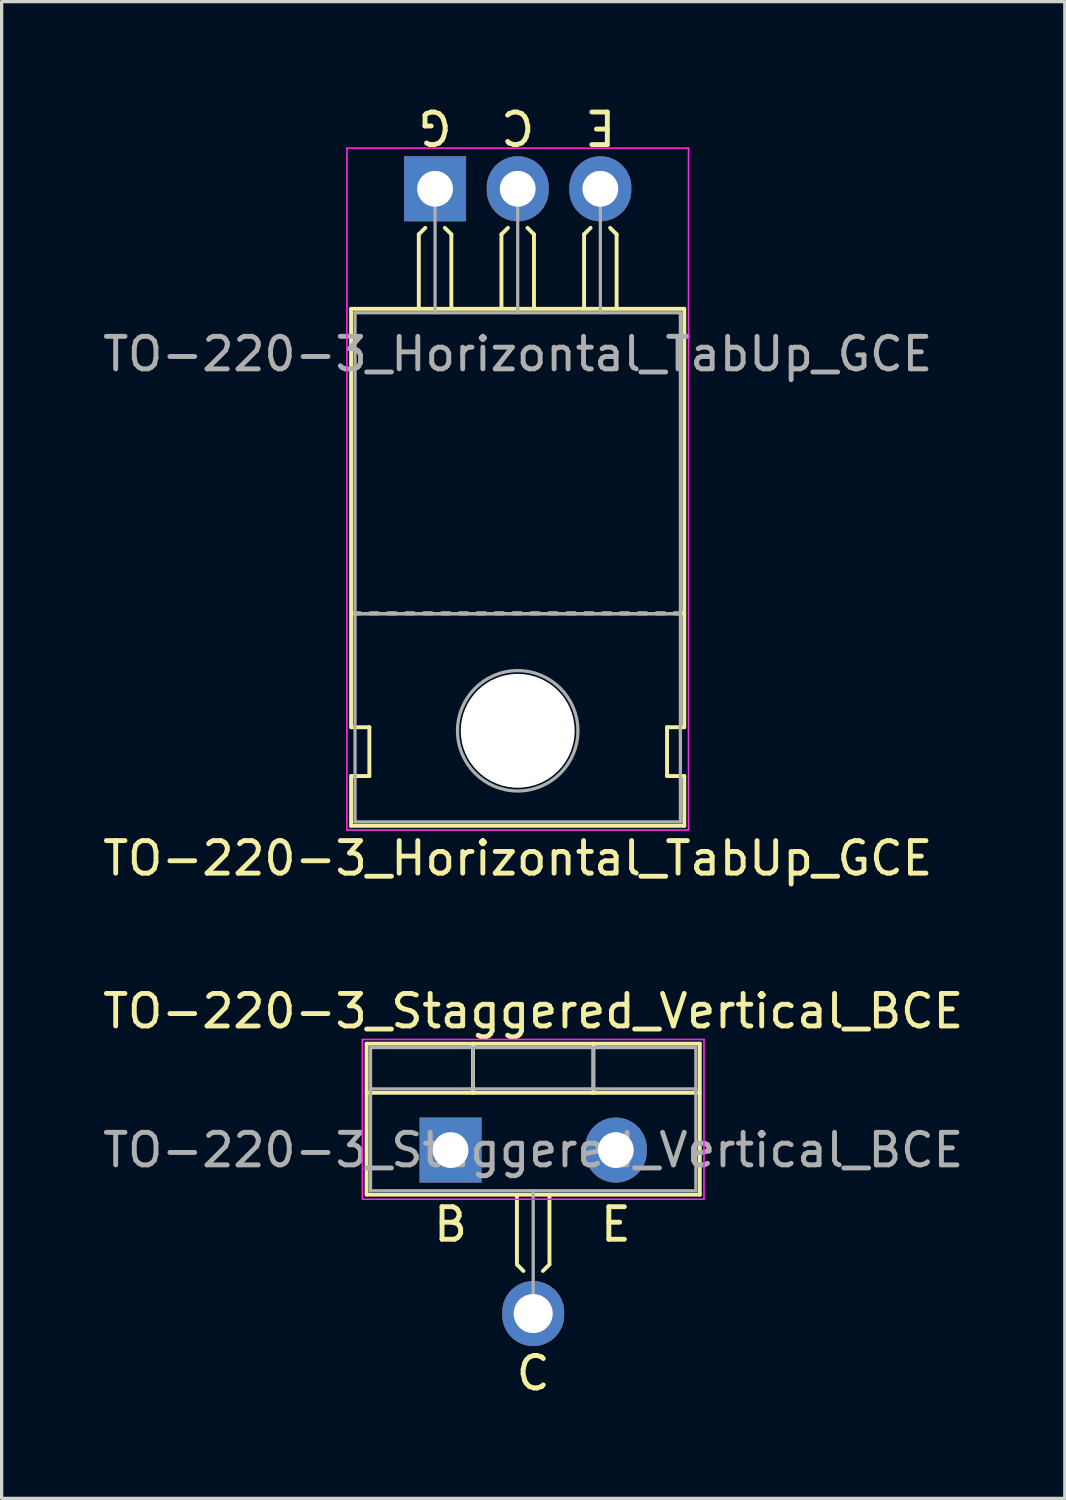
<source format=kicad_pcb>
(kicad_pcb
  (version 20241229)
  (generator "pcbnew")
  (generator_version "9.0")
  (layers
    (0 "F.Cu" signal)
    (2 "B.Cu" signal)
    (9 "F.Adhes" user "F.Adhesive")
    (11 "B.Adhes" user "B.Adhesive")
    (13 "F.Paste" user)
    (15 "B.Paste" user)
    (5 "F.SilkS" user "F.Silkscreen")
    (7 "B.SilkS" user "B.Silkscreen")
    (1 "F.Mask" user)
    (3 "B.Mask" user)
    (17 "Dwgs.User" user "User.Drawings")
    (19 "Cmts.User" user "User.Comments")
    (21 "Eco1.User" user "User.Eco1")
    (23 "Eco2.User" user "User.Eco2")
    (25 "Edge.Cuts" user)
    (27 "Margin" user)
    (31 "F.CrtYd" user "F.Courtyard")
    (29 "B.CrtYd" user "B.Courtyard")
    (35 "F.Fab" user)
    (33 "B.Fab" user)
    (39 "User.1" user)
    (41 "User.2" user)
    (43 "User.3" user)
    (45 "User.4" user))
  (footprint "TO-220-3_Staggered_Vertical_BCE"
    (layer "F.Cu")
    (at 10.799 32.3)
    (property "Reference" "TO-220-3_Staggered_Vertical_BCE" (at 2.54 -4.27 0) (layer "F.SilkS") (effects (font (size 1 1) (thickness 0.15))))
    (fp_line (start -2.58 -3.27) (end -2.58 1.371) (stroke (width 0.12) (type solid)) (layer "F.SilkS"))
    (fp_line (start -2.58 -3.27) (end 7.66 -3.27) (stroke (width 0.12) (type solid)) (layer "F.SilkS"))
    (fp_line (start -2.58 -1.76) (end 7.66 -1.76) (stroke (width 0.12) (type solid)) (layer "F.SilkS"))
    (fp_line (start -2.58 1.371) (end 3.048 1.371) (stroke (width 0.12) (type solid)) (layer "F.SilkS"))
    (fp_line (start 0.69 -3.27) (end 0.69 -1.76) (stroke (width 0.12) (type solid)) (layer "F.SilkS"))
    (fp_line (start 2.04 1.417) (end 2.04 3.517) (stroke (width 0.12) (type solid)) (layer "F.SilkS"))
    (fp_line (start 2.04 3.517) (end 2.24 3.716) (stroke (width 0.12) (type solid)) (layer "F.SilkS"))
    (fp_line (start 3.04 1.417) (end 3.04 3.517) (stroke (width 0.12) (type solid)) (layer "F.SilkS"))
    (fp_line (start 3.04 3.517) (end 2.84 3.716) (stroke (width 0.12) (type solid)) (layer "F.SilkS"))
    (fp_line (start 4.391 -3.27) (end 4.391 -1.76) (stroke (width 0.12) (type solid)) (layer "F.SilkS"))
    (fp_line (start 7.66 -3.27) (end 7.66 1.371) (stroke (width 0.12) (type solid)) (layer "F.SilkS"))
    (fp_line (start 7.66 1.371) (end 3.048 1.371) (stroke (width 0.12) (type solid)) (layer "F.SilkS"))
    (fp_line (start -2.71 -3.4) (end -2.71 1.51) (stroke (width 0.05) (type solid)) (layer "F.CrtYd"))
    (fp_line (start -2.71 1.51) (end 7.79 1.51) (stroke (width 0.05) (type solid)) (layer "F.CrtYd"))
    (fp_line (start 7.79 -3.4) (end -2.71 -3.4) (stroke (width 0.05) (type solid)) (layer "F.CrtYd"))
    (fp_line (start 7.79 1.51) (end 7.79 -3.4) (stroke (width 0.05) (type solid)) (layer "F.CrtYd"))
    (fp_line (start -2.46 -3.15) (end -2.46 1.25) (stroke (width 0.1) (type solid)) (layer "F.Fab"))
    (fp_line (start -2.46 -1.88) (end 7.54 -1.88) (stroke (width 0.1) (type solid)) (layer "F.Fab"))
    (fp_line (start -2.46 1.25) (end 7.54 1.25) (stroke (width 0.1) (type solid)) (layer "F.Fab"))
    (fp_line (start 0.69 -3.15) (end 0.69 -1.88) (stroke (width 0.1) (type solid)) (layer "F.Fab"))
    (fp_line (start 2.54 5.08) (end 2.54 1.25) (stroke (width 0.1) (type solid)) (layer "F.Fab"))
    (fp_line (start 4.39 -3.15) (end 4.39 -1.88) (stroke (width 0.1) (type solid)) (layer "F.Fab"))
    (fp_line (start 7.54 -3.15) (end -2.46 -3.15) (stroke (width 0.1) (type solid)) (layer "F.Fab"))
    (fp_line (start 7.54 1.25) (end 7.54 -3.15) (stroke (width 0.1) (type solid)) (layer "F.Fab"))
    (fp_text user "E" (at 5.08 2.286 0) (unlocked yes) (layer "F.SilkS") (effects (font (size 1 1) (thickness 0.15))))
    (fp_text user "B" (at 0 2.286 0) (unlocked yes) (layer "F.SilkS") (effects (font (size 1 1) (thickness 0.15))))
    (fp_text user "C" (at 2.54 6.858 0) (unlocked yes) (layer "F.SilkS") (effects (font (size 1 1) (thickness 0.15))))
    (fp_text user "${REFERENCE}" (at 2.54 0 0) (layer "F.Fab") (effects (font (size 1 1) (thickness 0.15))))
    (pad "1" thru_hole rect (at 0 0) (size 1.905 2) (drill 1.1) (layers "*.Cu" "*.Mask"))
    (pad "2" thru_hole oval (at 2.54 5.026) (size 1.905 2) (drill 1.2) (layers "*.Cu" "*.Mask"))
    (pad "3" thru_hole oval (at 5.08 0) (size 1.905 2) (drill 1.1) (layers "*.Cu" "*.Mask")))
  (footprint "TO-220-3_Horizontal_TabUp_GCE"
    (layer "F.Cu")
    (at 10.323 2.753)
    (property "Reference" "TO-220-3_Horizontal_TabUp_GCE" (at 2.54 20.58 0) (layer "F.SilkS") (effects (font (size 1 1) (thickness 0.15))))
    (fp_line (start -2.58 16.55) (end -2.58 3.69) (stroke (width 0.12) (type solid)) (layer "F.SilkS"))
    (fp_line (start -2.58 16.55) (end -2.02 16.55) (stroke (width 0.12) (type solid)) (layer "F.SilkS"))
    (fp_line (start -2.58 19.58) (end -2.58 18.05) (stroke (width 0.12) (type solid)) (layer "F.SilkS"))
    (fp_line (start -2.3 13.05) (end -2.55 13.05) (stroke (width 0.12) (type solid)) (layer "F.SilkS"))
    (fp_line (start -2.02 16.55) (end -2.02 18.05) (stroke (width 0.12) (type solid)) (layer "F.SilkS"))
    (fp_line (start -2.02 18.05) (end -2.58 18.05) (stroke (width 0.12) (type solid)) (layer "F.SilkS"))
    (fp_line (start -1.75 13.05) (end -2 13.05) (stroke (width 0.12) (type solid)) (layer "F.SilkS"))
    (fp_line (start -1.2 13.05) (end -1.45 13.05) (stroke (width 0.12) (type solid)) (layer "F.SilkS"))
    (fp_line (start -0.65 13.05) (end -0.9 13.05) (stroke (width 0.12) (type solid)) (layer "F.SilkS"))
    (fp_line (start -0.5 1.4) (end -0.3 1.2) (stroke (width 0.12) (type solid)) (layer "F.SilkS"))
    (fp_line (start -0.5 3.65) (end -0.5 1.4) (stroke (width 0.12) (type solid)) (layer "F.SilkS"))
    (fp_line (start -0.1 13.05) (end -0.35 13.05) (stroke (width 0.12) (type solid)) (layer "F.SilkS"))
    (fp_line (start 0.45 13.05) (end 0.2 13.05) (stroke (width 0.12) (type solid)) (layer "F.SilkS"))
    (fp_line (start 0.5 1.4) (end 0.3 1.2) (stroke (width 0.12) (type solid)) (layer "F.SilkS"))
    (fp_line (start 0.5 3.65) (end 0.5 1.4) (stroke (width 0.12) (type solid)) (layer "F.SilkS"))
    (fp_line (start 1 13.05) (end 0.75 13.05) (stroke (width 0.12) (type solid)) (layer "F.SilkS"))
    (fp_line (start 1.55 13.05) (end 1.3 13.05) (stroke (width 0.12) (type solid)) (layer "F.SilkS"))
    (fp_line (start 2.04 1.4) (end 2.24 1.2) (stroke (width 0.12) (type solid)) (layer "F.SilkS"))
    (fp_line (start 2.04 3.65) (end 2.04 1.4) (stroke (width 0.12) (type solid)) (layer "F.SilkS"))
    (fp_line (start 2.1 13.05) (end 1.85 13.05) (stroke (width 0.12) (type solid)) (layer "F.SilkS"))
    (fp_line (start 2.65 13.05) (end 2.4 13.05) (stroke (width 0.12) (type solid)) (layer "F.SilkS"))
    (fp_line (start 3.04 1.4) (end 2.84 1.2) (stroke (width 0.12) (type solid)) (layer "F.SilkS"))
    (fp_line (start 3.04 3.65) (end 3.04 1.4) (stroke (width 0.12) (type solid)) (layer "F.SilkS"))
    (fp_line (start 3.2 13.05) (end 2.95 13.05) (stroke (width 0.12) (type solid)) (layer "F.SilkS"))
    (fp_line (start 3.75 13.05) (end 3.5 13.05) (stroke (width 0.12) (type solid)) (layer "F.SilkS"))
    (fp_line (start 4.3 13.05) (end 4.05 13.05) (stroke (width 0.12) (type solid)) (layer "F.SilkS"))
    (fp_line (start 4.58 1.4) (end 4.78 1.2) (stroke (width 0.12) (type solid)) (layer "F.SilkS"))
    (fp_line (start 4.58 3.65) (end 4.58 1.4) (stroke (width 0.12) (type solid)) (layer "F.SilkS"))
    (fp_line (start 4.85 13.05) (end 4.6 13.05) (stroke (width 0.12) (type solid)) (layer "F.SilkS"))
    (fp_line (start 5.4 13.05) (end 5.15 13.05) (stroke (width 0.12) (type solid)) (layer "F.SilkS"))
    (fp_line (start 5.58 1.4) (end 5.38 1.2) (stroke (width 0.12) (type solid)) (layer "F.SilkS"))
    (fp_line (start 5.58 3.65) (end 5.58 1.4) (stroke (width 0.12) (type solid)) (layer "F.SilkS"))
    (fp_line (start 5.95 13.05) (end 5.7 13.05) (stroke (width 0.12) (type solid)) (layer "F.SilkS"))
    (fp_line (start 6.5 13.05) (end 6.25 13.05) (stroke (width 0.12) (type solid)) (layer "F.SilkS"))
    (fp_line (start 7.05 13.05) (end 6.8 13.05) (stroke (width 0.12) (type solid)) (layer "F.SilkS"))
    (fp_line (start 7.13 16.55) (end 7.655 16.55) (stroke (width 0.12) (type solid)) (layer "F.SilkS"))
    (fp_line (start 7.13 18.05) (end 7.13 16.55) (stroke (width 0.12) (type solid)) (layer "F.SilkS"))
    (fp_line (start 7.6 13.05) (end 7.35 13.05) (stroke (width 0.12) (type solid)) (layer "F.SilkS"))
    (fp_line (start 7.66 3.69) (end -2.58 3.69) (stroke (width 0.12) (type solid)) (layer "F.SilkS"))
    (fp_line (start 7.66 16.55) (end 7.66 3.69) (stroke (width 0.12) (type solid)) (layer "F.SilkS"))
    (fp_line (start 7.66 18.05) (end 7.13 18.05) (stroke (width 0.12) (type solid)) (layer "F.SilkS"))
    (fp_line (start 7.66 19.58) (end -2.58 19.58) (stroke (width 0.12) (type solid)) (layer "F.SilkS"))
    (fp_line (start 7.66 19.58) (end 7.66 18.05) (stroke (width 0.12) (type solid)) (layer "F.SilkS"))
    (fp_line (start -2.71 -1.25) (end -2.71 19.71) (stroke (width 0.05) (type solid)) (layer "F.CrtYd"))
    (fp_line (start -2.71 19.71) (end 7.79 19.71) (stroke (width 0.05) (type solid)) (layer "F.CrtYd"))
    (fp_line (start 7.79 -1.25) (end -2.71 -1.25) (stroke (width 0.05) (type solid)) (layer "F.CrtYd"))
    (fp_line (start 7.79 19.71) (end 7.79 -1.25) (stroke (width 0.05) (type solid)) (layer "F.CrtYd"))
    (fp_line (start -2.46 3.81) (end -2.46 13.06) (stroke (width 0.1) (type solid)) (layer "F.Fab"))
    (fp_line (start -2.46 13.06) (end -2.46 19.46) (stroke (width 0.1) (type solid)) (layer "F.Fab"))
    (fp_line (start -2.46 13.06) (end 7.54 13.06) (stroke (width 0.1) (type solid)) (layer "F.Fab"))
    (fp_line (start -2.46 19.46) (end 7.54 19.46) (stroke (width 0.1) (type solid)) (layer "F.Fab"))
    (fp_line (start 0 3.81) (end 0 0) (stroke (width 0.1) (type solid)) (layer "F.Fab"))
    (fp_line (start 2.54 3.81) (end 2.54 0) (stroke (width 0.1) (type solid)) (layer "F.Fab"))
    (fp_line (start 5.08 3.81) (end 5.08 0) (stroke (width 0.1) (type solid)) (layer "F.Fab"))
    (fp_line (start 7.54 3.81) (end -2.46 3.81) (stroke (width 0.1) (type solid)) (layer "F.Fab"))
    (fp_line (start 7.54 13.06) (end -2.46 13.06) (stroke (width 0.1) (type solid)) (layer "F.Fab"))
    (fp_line (start 7.54 13.06) (end 7.54 3.81) (stroke (width 0.1) (type solid)) (layer "F.Fab"))
    (fp_line (start 7.54 19.46) (end 7.54 13.06) (stroke (width 0.1) (type solid)) (layer "F.Fab"))
    (fp_circle (center 2.54 16.66) (end 4.39 16.66) (stroke (width 0.1) (type solid)) (fill no) (layer "F.Fab"))
    (fp_text user "G" (at 0 -1.905 180) (unlocked yes) (layer "F.SilkS") (effects (font (size 1 1) (thickness 0.15))))
    (fp_text user "C" (at 2.54 -1.905 180) (unlocked yes) (layer "F.SilkS") (effects (font (size 1 1) (thickness 0.15))))
    (fp_text user "E" (at 5.08 -1.905 180) (unlocked yes) (layer "F.SilkS") (effects (font (size 1 1) (thickness 0.15))))
    (fp_text user "${REFERENCE}" (at 2.54 5.08 0) (layer "F.Fab") (effects (font (size 1 1) (thickness 0.15))))
    (pad "" np_thru_hole oval (at 2.54 16.66) (size 3.5 3.5) (drill 3.5) (layers "*.Cu" "*.Mask"))
    (pad "1" thru_hole rect (at 0 0) (size 1.905 2) (drill 1.1) (layers "*.Cu" "*.Mask"))
    (pad "2" thru_hole oval (at 2.54 0) (size 1.905 2) (drill 1.1) (layers "*.Cu" "*.Mask"))
    (pad "3" thru_hole oval (at 5.08 0) (size 1.905 2) (drill 1.1) (layers "*.Cu" "*.Mask")))
  (gr_rect
    (start -3 -3)
    (end 29.679 43.006)
    (stroke (width 0.1) (type default))
    (fill no)
    (layer "Edge.Cuts")))
</source>
